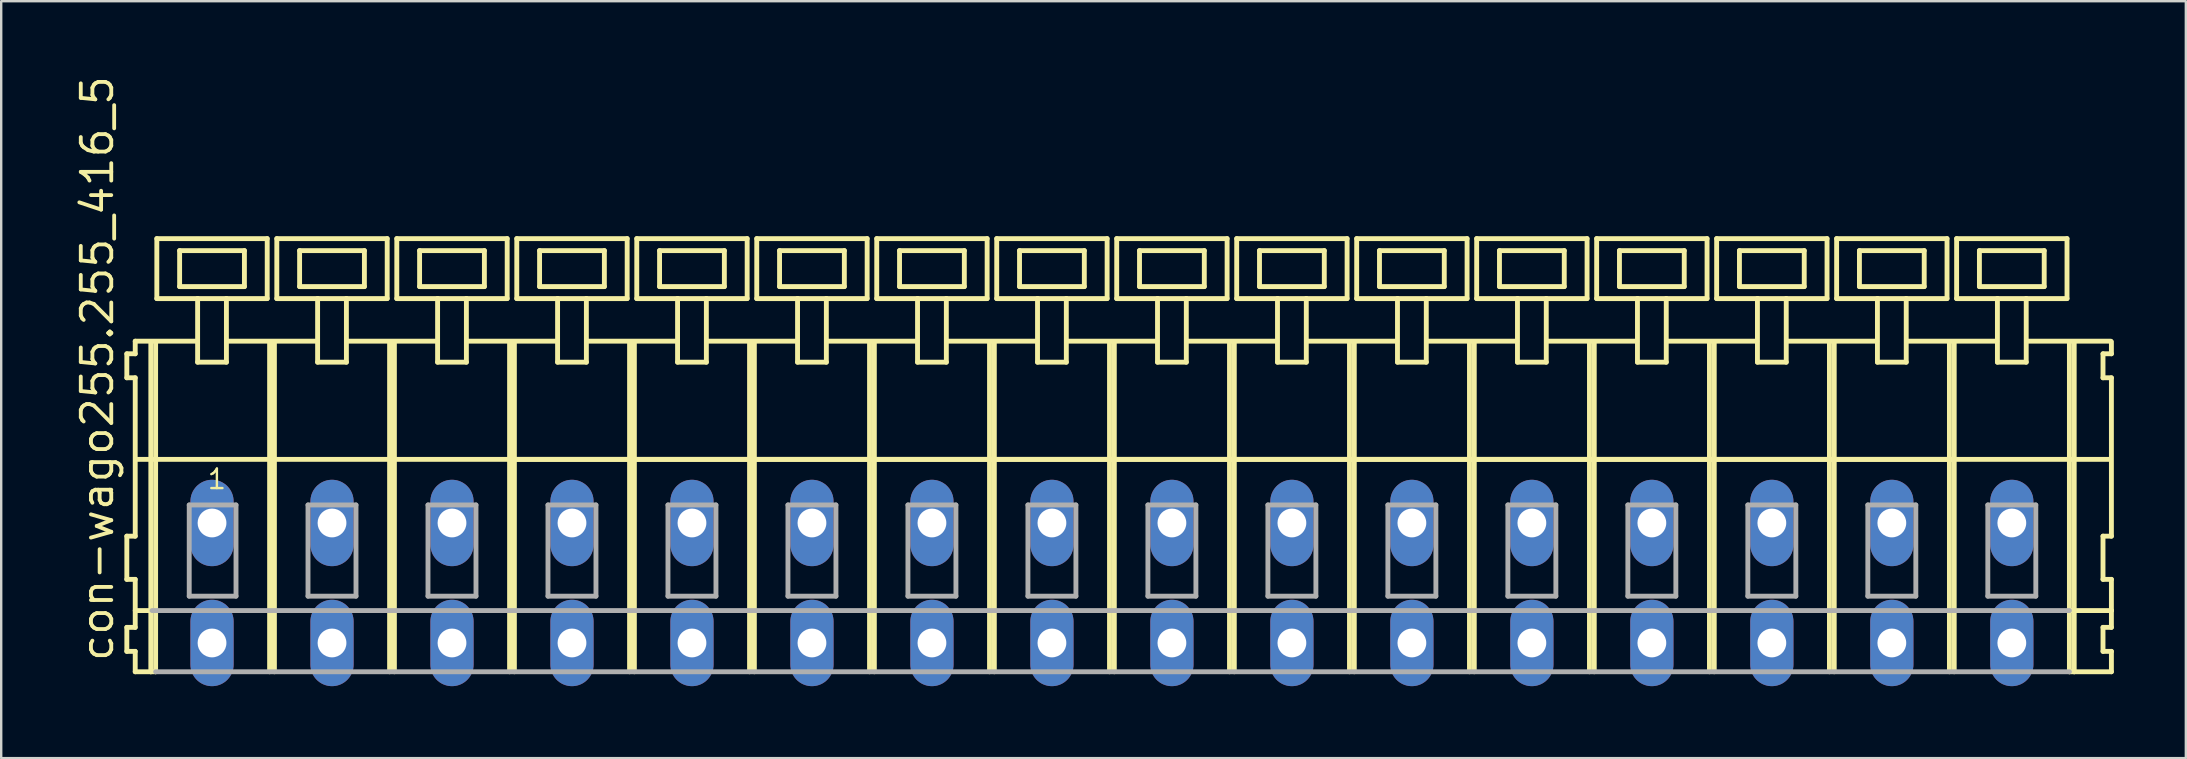
<source format=kicad_pcb>
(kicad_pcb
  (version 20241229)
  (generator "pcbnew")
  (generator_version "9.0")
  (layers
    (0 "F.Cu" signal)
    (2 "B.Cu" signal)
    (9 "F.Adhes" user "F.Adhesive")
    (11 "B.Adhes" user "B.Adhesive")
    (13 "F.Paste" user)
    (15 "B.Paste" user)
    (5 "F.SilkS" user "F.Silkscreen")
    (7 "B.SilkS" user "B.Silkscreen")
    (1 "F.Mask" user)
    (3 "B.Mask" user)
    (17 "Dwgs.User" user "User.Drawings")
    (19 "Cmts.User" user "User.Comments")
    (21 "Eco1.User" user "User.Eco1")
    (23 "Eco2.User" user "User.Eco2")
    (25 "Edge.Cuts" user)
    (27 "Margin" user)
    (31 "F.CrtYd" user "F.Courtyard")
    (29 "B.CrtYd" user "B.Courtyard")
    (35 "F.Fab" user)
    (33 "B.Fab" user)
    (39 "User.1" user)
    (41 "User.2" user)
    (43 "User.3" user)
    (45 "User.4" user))
  (footprint "con-wago255.255_416_5"
    (layer "F.Cu")
    (at 43.285 18.743)
    (property "Reference" "con-wago255.255_416_5" (at -41.535 5.855 90) (layer "F.SilkS") (effects (font (size 1.27 1.27) (thickness 0.16)) (justify left bottom)))
    (attr through_hole)
    (fp_line (start -41.05 -7.05) (end -41.05 -6.05) (stroke (width 0.203) (type default)) (layer "F.SilkS"))
    (fp_line (start -41.05 -6.05) (end -40.7 -6.05) (stroke (width 0.203) (type default)) (layer "F.SilkS"))
    (fp_line (start -41.05 0.55) (end -41.05 2.35) (stroke (width 0.203) (type default)) (layer "F.SilkS"))
    (fp_line (start -41.05 2.35) (end -40.7 2.35) (stroke (width 0.203) (type default)) (layer "F.SilkS"))
    (fp_line (start -41.05 4.35) (end -41.05 5.35) (stroke (width 0.203) (type default)) (layer "F.SilkS"))
    (fp_line (start -41.05 5.35) (end -40.7 5.35) (stroke (width 0.203) (type default)) (layer "F.SilkS"))
    (fp_line (start -40.7 -7.575) (end -40.7 -7.05) (stroke (width 0.203) (type default)) (layer "F.SilkS"))
    (fp_line (start -40.7 -7.575) (end -38.125 -7.575) (stroke (width 0.203) (type default)) (layer "F.SilkS"))
    (fp_line (start -40.7 -7.05) (end -41.05 -7.05) (stroke (width 0.203) (type default)) (layer "F.SilkS"))
    (fp_line (start -40.7 -6.05) (end -40.7 0.55) (stroke (width 0.203) (type default)) (layer "F.SilkS"))
    (fp_line (start -40.7 0.55) (end -41.05 0.55) (stroke (width 0.203) (type default)) (layer "F.SilkS"))
    (fp_line (start -40.7 2.35) (end -40.7 4.35) (stroke (width 0.203) (type default)) (layer "F.SilkS"))
    (fp_line (start -40.7 3.65) (end -40 3.65) (stroke (width 0.203) (type default)) (layer "F.SilkS"))
    (fp_line (start -40.7 4.35) (end -41.05 4.35) (stroke (width 0.203) (type default)) (layer "F.SilkS"))
    (fp_line (start -40.7 5.35) (end -40.7 6.2) (stroke (width 0.203) (type default)) (layer "F.SilkS"))
    (fp_line (start -40.7 6.2) (end -40.05 6.2) (stroke (width 0.203) (type default)) (layer "F.SilkS"))
    (fp_line (start -40.65 -2.65) (end -35.1 -2.65) (stroke (width 0.203) (type default)) (layer "F.SilkS"))
    (fp_line (start -40.05 -7.55) (end -40.05 6.2) (stroke (width 0.203) (type default)) (layer "F.SilkS"))
    (fp_line (start -40.05 6.2) (end -39.85 6.2) (stroke (width 0.203) (type default)) (layer "F.SilkS"))
    (fp_line (start -39.85 -7.55) (end -39.85 6.2) (stroke (width 0.203) (type default)) (layer "F.SilkS"))
    (fp_line (start -39.8 -11.85) (end -39.8 -9.35) (stroke (width 0.203) (type default)) (layer "F.SilkS"))
    (fp_line (start -39.8 -9.35) (end -38.1 -9.35) (stroke (width 0.203) (type default)) (layer "F.SilkS"))
    (fp_line (start -38.85 -11.35) (end -38.85 -9.85) (stroke (width 0.203) (type default)) (layer "F.SilkS"))
    (fp_line (start -38.85 -9.85) (end -36.15 -9.85) (stroke (width 0.203) (type default)) (layer "F.SilkS"))
    (fp_line (start -38.1 -9.35) (end -38.1 -6.7) (stroke (width 0.203) (type default)) (layer "F.SilkS"))
    (fp_line (start -38.1 -9.35) (end -36.9 -9.35) (stroke (width 0.203) (type default)) (layer "F.SilkS"))
    (fp_line (start -38.1 -6.7) (end -36.9 -6.7) (stroke (width 0.203) (type default)) (layer "F.SilkS"))
    (fp_line (start -36.9 -9.35) (end -35.2 -9.35) (stroke (width 0.203) (type default)) (layer "F.SilkS"))
    (fp_line (start -36.9 -6.7) (end -36.9 -9.35) (stroke (width 0.203) (type default)) (layer "F.SilkS"))
    (fp_line (start -36.825 -7.575) (end -33.125 -7.575) (stroke (width 0.203) (type default)) (layer "F.SilkS"))
    (fp_line (start -36.15 -11.35) (end -38.85 -11.35) (stroke (width 0.203) (type default)) (layer "F.SilkS"))
    (fp_line (start -36.15 -9.85) (end -36.15 -11.35) (stroke (width 0.203) (type default)) (layer "F.SilkS"))
    (fp_line (start -35.2 -11.85) (end -39.8 -11.85) (stroke (width 0.203) (type default)) (layer "F.SilkS"))
    (fp_line (start -35.2 -9.35) (end -35.2 -11.85) (stroke (width 0.203) (type default)) (layer "F.SilkS"))
    (fp_line (start -35.1 -7.55) (end -35.1 -2.65) (stroke (width 0.203) (type default)) (layer "F.SilkS"))
    (fp_line (start -35.1 -2.65) (end -35.1 6.2) (stroke (width 0.203) (type default)) (layer "F.SilkS"))
    (fp_line (start -34.9 -7.55) (end -34.9 -2.65) (stroke (width 0.203) (type default)) (layer "F.SilkS"))
    (fp_line (start -34.9 -2.65) (end -34.9 6.2) (stroke (width 0.203) (type default)) (layer "F.SilkS"))
    (fp_line (start -34.9 -2.65) (end -30.1 -2.65) (stroke (width 0.203) (type default)) (layer "F.SilkS"))
    (fp_line (start -34.8 -11.85) (end -34.8 -9.35) (stroke (width 0.203) (type default)) (layer "F.SilkS"))
    (fp_line (start -34.8 -9.35) (end -33.1 -9.35) (stroke (width 0.203) (type default)) (layer "F.SilkS"))
    (fp_line (start -33.85 -11.35) (end -33.85 -9.85) (stroke (width 0.203) (type default)) (layer "F.SilkS"))
    (fp_line (start -33.85 -9.85) (end -31.15 -9.85) (stroke (width 0.203) (type default)) (layer "F.SilkS"))
    (fp_line (start -33.1 -9.35) (end -33.1 -6.7) (stroke (width 0.203) (type default)) (layer "F.SilkS"))
    (fp_line (start -33.1 -9.35) (end -31.9 -9.35) (stroke (width 0.203) (type default)) (layer "F.SilkS"))
    (fp_line (start -33.1 -6.7) (end -31.9 -6.7) (stroke (width 0.203) (type default)) (layer "F.SilkS"))
    (fp_line (start -31.9 -9.35) (end -30.2 -9.35) (stroke (width 0.203) (type default)) (layer "F.SilkS"))
    (fp_line (start -31.9 -6.7) (end -31.9 -9.35) (stroke (width 0.203) (type default)) (layer "F.SilkS"))
    (fp_line (start -31.875 -7.575) (end -28.125 -7.575) (stroke (width 0.203) (type default)) (layer "F.SilkS"))
    (fp_line (start -31.15 -11.35) (end -33.85 -11.35) (stroke (width 0.203) (type default)) (layer "F.SilkS"))
    (fp_line (start -31.15 -9.85) (end -31.15 -11.35) (stroke (width 0.203) (type default)) (layer "F.SilkS"))
    (fp_line (start -30.2 -11.85) (end -34.8 -11.85) (stroke (width 0.203) (type default)) (layer "F.SilkS"))
    (fp_line (start -30.2 -9.35) (end -30.2 -11.85) (stroke (width 0.203) (type default)) (layer "F.SilkS"))
    (fp_line (start -30.1 -7.55) (end -30.1 -2.65) (stroke (width 0.203) (type default)) (layer "F.SilkS"))
    (fp_line (start -30.1 -2.65) (end -30.1 6.2) (stroke (width 0.203) (type default)) (layer "F.SilkS"))
    (fp_line (start -30.1 -2.65) (end -29.9 -2.65) (stroke (width 0.203) (type default)) (layer "F.SilkS"))
    (fp_line (start -29.9 -7.55) (end -29.9 -2.65) (stroke (width 0.203) (type default)) (layer "F.SilkS"))
    (fp_line (start -29.9 -2.65) (end -29.9 6.2) (stroke (width 0.203) (type default)) (layer "F.SilkS"))
    (fp_line (start -29.9 -2.65) (end -25.1 -2.65) (stroke (width 0.203) (type default)) (layer "F.SilkS"))
    (fp_line (start -29.8 -11.85) (end -29.8 -9.35) (stroke (width 0.203) (type default)) (layer "F.SilkS"))
    (fp_line (start -29.8 -9.35) (end -28.1 -9.35) (stroke (width 0.203) (type default)) (layer "F.SilkS"))
    (fp_line (start -28.85 -11.35) (end -28.85 -9.85) (stroke (width 0.203) (type default)) (layer "F.SilkS"))
    (fp_line (start -28.85 -9.85) (end -26.15 -9.85) (stroke (width 0.203) (type default)) (layer "F.SilkS"))
    (fp_line (start -28.1 -9.35) (end -28.1 -6.7) (stroke (width 0.203) (type default)) (layer "F.SilkS"))
    (fp_line (start -28.1 -9.35) (end -26.9 -9.35) (stroke (width 0.203) (type default)) (layer "F.SilkS"))
    (fp_line (start -28.1 -6.7) (end -26.9 -6.7) (stroke (width 0.203) (type default)) (layer "F.SilkS"))
    (fp_line (start -26.9 -9.35) (end -25.2 -9.35) (stroke (width 0.203) (type default)) (layer "F.SilkS"))
    (fp_line (start -26.9 -6.7) (end -26.9 -9.35) (stroke (width 0.203) (type default)) (layer "F.SilkS"))
    (fp_line (start -26.875 -7.575) (end -23.125 -7.575) (stroke (width 0.203) (type default)) (layer "F.SilkS"))
    (fp_line (start -26.15 -11.35) (end -28.85 -11.35) (stroke (width 0.203) (type default)) (layer "F.SilkS"))
    (fp_line (start -26.15 -9.85) (end -26.15 -11.35) (stroke (width 0.203) (type default)) (layer "F.SilkS"))
    (fp_line (start -25.2 -11.85) (end -29.8 -11.85) (stroke (width 0.203) (type default)) (layer "F.SilkS"))
    (fp_line (start -25.2 -9.35) (end -25.2 -11.85) (stroke (width 0.203) (type default)) (layer "F.SilkS"))
    (fp_line (start -25.1 -7.55) (end -25.1 -2.65) (stroke (width 0.203) (type default)) (layer "F.SilkS"))
    (fp_line (start -25.1 -2.65) (end -25.1 6.2) (stroke (width 0.203) (type default)) (layer "F.SilkS"))
    (fp_line (start -25.1 -2.65) (end -24.9 -2.65) (stroke (width 0.203) (type default)) (layer "F.SilkS"))
    (fp_line (start -25.1 -2.65) (end 39.9 -2.65) (stroke (width 0.203) (type default)) (layer "F.SilkS"))
    (fp_line (start -24.9 -7.55) (end -24.9 -2.65) (stroke (width 0.203) (type default)) (layer "F.SilkS"))
    (fp_line (start -24.9 -2.65) (end -24.9 6.2) (stroke (width 0.203) (type default)) (layer "F.SilkS"))
    (fp_line (start -24.9 -2.65) (end -20.1 -2.65) (stroke (width 0.203) (type default)) (layer "F.SilkS"))
    (fp_line (start -24.8 -11.85) (end -24.8 -9.35) (stroke (width 0.203) (type default)) (layer "F.SilkS"))
    (fp_line (start -24.8 -9.35) (end -23.1 -9.35) (stroke (width 0.203) (type default)) (layer "F.SilkS"))
    (fp_line (start -23.85 -11.35) (end -23.85 -9.85) (stroke (width 0.203) (type default)) (layer "F.SilkS"))
    (fp_line (start -23.85 -9.85) (end -21.15 -9.85) (stroke (width 0.203) (type default)) (layer "F.SilkS"))
    (fp_line (start -23.1 -9.35) (end -23.1 -6.7) (stroke (width 0.203) (type default)) (layer "F.SilkS"))
    (fp_line (start -23.1 -9.35) (end -21.9 -9.35) (stroke (width 0.203) (type default)) (layer "F.SilkS"))
    (fp_line (start -23.1 -6.7) (end -21.9 -6.7) (stroke (width 0.203) (type default)) (layer "F.SilkS"))
    (fp_line (start -21.9 -9.35) (end -20.2 -9.35) (stroke (width 0.203) (type default)) (layer "F.SilkS"))
    (fp_line (start -21.9 -6.7) (end -21.9 -9.35) (stroke (width 0.203) (type default)) (layer "F.SilkS"))
    (fp_line (start -21.875 -7.575) (end -18.125 -7.575) (stroke (width 0.203) (type default)) (layer "F.SilkS"))
    (fp_line (start -21.15 -11.35) (end -23.85 -11.35) (stroke (width 0.203) (type default)) (layer "F.SilkS"))
    (fp_line (start -21.15 -9.85) (end -21.15 -11.35) (stroke (width 0.203) (type default)) (layer "F.SilkS"))
    (fp_line (start -20.2 -11.85) (end -24.8 -11.85) (stroke (width 0.203) (type default)) (layer "F.SilkS"))
    (fp_line (start -20.2 -9.35) (end -20.2 -11.85) (stroke (width 0.203) (type default)) (layer "F.SilkS"))
    (fp_line (start -20.1 -7.55) (end -20.1 -2.65) (stroke (width 0.203) (type default)) (layer "F.SilkS"))
    (fp_line (start -20.1 -2.65) (end -20.1 6.2) (stroke (width 0.203) (type default)) (layer "F.SilkS"))
    (fp_line (start -20.1 -2.65) (end -19.9 -2.65) (stroke (width 0.203) (type default)) (layer "F.SilkS"))
    (fp_line (start -19.9 -7.55) (end -19.9 -2.65) (stroke (width 0.203) (type default)) (layer "F.SilkS"))
    (fp_line (start -19.9 -2.65) (end -19.9 6.2) (stroke (width 0.203) (type default)) (layer "F.SilkS"))
    (fp_line (start -19.9 -2.65) (end -15.1 -2.65) (stroke (width 0.203) (type default)) (layer "F.SilkS"))
    (fp_line (start -19.8 -11.85) (end -19.8 -9.35) (stroke (width 0.203) (type default)) (layer "F.SilkS"))
    (fp_line (start -19.8 -9.35) (end -18.1 -9.35) (stroke (width 0.203) (type default)) (layer "F.SilkS"))
    (fp_line (start -18.85 -11.35) (end -18.85 -9.85) (stroke (width 0.203) (type default)) (layer "F.SilkS"))
    (fp_line (start -18.85 -9.85) (end -16.15 -9.85) (stroke (width 0.203) (type default)) (layer "F.SilkS"))
    (fp_line (start -18.1 -9.35) (end -18.1 -6.7) (stroke (width 0.203) (type default)) (layer "F.SilkS"))
    (fp_line (start -18.1 -9.35) (end -16.9 -9.35) (stroke (width 0.203) (type default)) (layer "F.SilkS"))
    (fp_line (start -18.1 -6.7) (end -16.9 -6.7) (stroke (width 0.203) (type default)) (layer "F.SilkS"))
    (fp_line (start -16.9 -9.35) (end -15.2 -9.35) (stroke (width 0.203) (type default)) (layer "F.SilkS"))
    (fp_line (start -16.9 -6.7) (end -16.9 -9.35) (stroke (width 0.203) (type default)) (layer "F.SilkS"))
    (fp_line (start -16.875 -7.575) (end -13.125 -7.575) (stroke (width 0.203) (type default)) (layer "F.SilkS"))
    (fp_line (start -16.15 -11.35) (end -18.85 -11.35) (stroke (width 0.203) (type default)) (layer "F.SilkS"))
    (fp_line (start -16.15 -9.85) (end -16.15 -11.35) (stroke (width 0.203) (type default)) (layer "F.SilkS"))
    (fp_line (start -15.2 -11.85) (end -19.8 -11.85) (stroke (width 0.203) (type default)) (layer "F.SilkS"))
    (fp_line (start -15.2 -9.35) (end -15.2 -11.85) (stroke (width 0.203) (type default)) (layer "F.SilkS"))
    (fp_line (start -15.1 -7.55) (end -15.1 -2.65) (stroke (width 0.203) (type default)) (layer "F.SilkS"))
    (fp_line (start -15.1 -2.65) (end -15.1 6.2) (stroke (width 0.203) (type default)) (layer "F.SilkS"))
    (fp_line (start -15.1 -2.65) (end -14.9 -2.65) (stroke (width 0.203) (type default)) (layer "F.SilkS"))
    (fp_line (start -14.9 -7.55) (end -14.9 -2.65) (stroke (width 0.203) (type default)) (layer "F.SilkS"))
    (fp_line (start -14.9 -2.65) (end -14.9 6.2) (stroke (width 0.203) (type default)) (layer "F.SilkS"))
    (fp_line (start -14.9 -2.65) (end -10.1 -2.65) (stroke (width 0.203) (type default)) (layer "F.SilkS"))
    (fp_line (start -14.8 -11.85) (end -14.8 -9.35) (stroke (width 0.203) (type default)) (layer "F.SilkS"))
    (fp_line (start -14.8 -9.35) (end -13.1 -9.35) (stroke (width 0.203) (type default)) (layer "F.SilkS"))
    (fp_line (start -13.85 -11.35) (end -13.85 -9.85) (stroke (width 0.203) (type default)) (layer "F.SilkS"))
    (fp_line (start -13.85 -9.85) (end -11.15 -9.85) (stroke (width 0.203) (type default)) (layer "F.SilkS"))
    (fp_line (start -13.1 -9.35) (end -13.1 -6.7) (stroke (width 0.203) (type default)) (layer "F.SilkS"))
    (fp_line (start -13.1 -9.35) (end -11.9 -9.35) (stroke (width 0.203) (type default)) (layer "F.SilkS"))
    (fp_line (start -13.1 -6.7) (end -11.9 -6.7) (stroke (width 0.203) (type default)) (layer "F.SilkS"))
    (fp_line (start -11.9 -9.35) (end -10.2 -9.35) (stroke (width 0.203) (type default)) (layer "F.SilkS"))
    (fp_line (start -11.9 -6.7) (end -11.9 -9.35) (stroke (width 0.203) (type default)) (layer "F.SilkS"))
    (fp_line (start -11.875 -7.575) (end -8.125 -7.575) (stroke (width 0.203) (type default)) (layer "F.SilkS"))
    (fp_line (start -11.15 -11.35) (end -13.85 -11.35) (stroke (width 0.203) (type default)) (layer "F.SilkS"))
    (fp_line (start -11.15 -9.85) (end -11.15 -11.35) (stroke (width 0.203) (type default)) (layer "F.SilkS"))
    (fp_line (start -10.2 -11.85) (end -14.8 -11.85) (stroke (width 0.203) (type default)) (layer "F.SilkS"))
    (fp_line (start -10.2 -9.35) (end -10.2 -11.85) (stroke (width 0.203) (type default)) (layer "F.SilkS"))
    (fp_line (start -10.1 -7.55) (end -10.1 -2.65) (stroke (width 0.203) (type default)) (layer "F.SilkS"))
    (fp_line (start -10.1 -2.65) (end -10.1 6.2) (stroke (width 0.203) (type default)) (layer "F.SilkS"))
    (fp_line (start -10.1 -2.65) (end -9.9 -2.65) (stroke (width 0.203) (type default)) (layer "F.SilkS"))
    (fp_line (start -9.9 -7.55) (end -9.9 -2.65) (stroke (width 0.203) (type default)) (layer "F.SilkS"))
    (fp_line (start -9.9 -2.65) (end -9.9 6.2) (stroke (width 0.203) (type default)) (layer "F.SilkS"))
    (fp_line (start -9.9 -2.65) (end -5.1 -2.65) (stroke (width 0.203) (type default)) (layer "F.SilkS"))
    (fp_line (start -9.8 -11.85) (end -9.8 -9.35) (stroke (width 0.203) (type default)) (layer "F.SilkS"))
    (fp_line (start -9.8 -9.35) (end -8.1 -9.35) (stroke (width 0.203) (type default)) (layer "F.SilkS"))
    (fp_line (start -8.85 -11.35) (end -8.85 -9.85) (stroke (width 0.203) (type default)) (layer "F.SilkS"))
    (fp_line (start -8.85 -9.85) (end -6.15 -9.85) (stroke (width 0.203) (type default)) (layer "F.SilkS"))
    (fp_line (start -8.1 -9.35) (end -8.1 -6.7) (stroke (width 0.203) (type default)) (layer "F.SilkS"))
    (fp_line (start -8.1 -9.35) (end -6.9 -9.35) (stroke (width 0.203) (type default)) (layer "F.SilkS"))
    (fp_line (start -8.1 -6.7) (end -6.9 -6.7) (stroke (width 0.203) (type default)) (layer "F.SilkS"))
    (fp_line (start -6.9 -9.35) (end -5.2 -9.35) (stroke (width 0.203) (type default)) (layer "F.SilkS"))
    (fp_line (start -6.9 -6.7) (end -6.9 -9.35) (stroke (width 0.203) (type default)) (layer "F.SilkS"))
    (fp_line (start -6.875 -7.575) (end -3.125 -7.575) (stroke (width 0.203) (type default)) (layer "F.SilkS"))
    (fp_line (start -6.15 -11.35) (end -8.85 -11.35) (stroke (width 0.203) (type default)) (layer "F.SilkS"))
    (fp_line (start -6.15 -9.85) (end -6.15 -11.35) (stroke (width 0.203) (type default)) (layer "F.SilkS"))
    (fp_line (start -5.2 -11.85) (end -9.8 -11.85) (stroke (width 0.203) (type default)) (layer "F.SilkS"))
    (fp_line (start -5.2 -9.35) (end -5.2 -11.85) (stroke (width 0.203) (type default)) (layer "F.SilkS"))
    (fp_line (start -5.1 -7.55) (end -5.1 -2.65) (stroke (width 0.203) (type default)) (layer "F.SilkS"))
    (fp_line (start -5.1 -2.65) (end -5.1 6.2) (stroke (width 0.203) (type default)) (layer "F.SilkS"))
    (fp_line (start -5.1 -2.65) (end -4.9 -2.65) (stroke (width 0.203) (type default)) (layer "F.SilkS"))
    (fp_line (start -4.9 -7.55) (end -4.9 -2.65) (stroke (width 0.203) (type default)) (layer "F.SilkS"))
    (fp_line (start -4.9 -2.65) (end -4.9 6.2) (stroke (width 0.203) (type default)) (layer "F.SilkS"))
    (fp_line (start -4.9 -2.65) (end -0.1 -2.65) (stroke (width 0.203) (type default)) (layer "F.SilkS"))
    (fp_line (start -4.8 -11.85) (end -4.8 -9.35) (stroke (width 0.203) (type default)) (layer "F.SilkS"))
    (fp_line (start -4.8 -9.35) (end -3.1 -9.35) (stroke (width 0.203) (type default)) (layer "F.SilkS"))
    (fp_line (start -3.85 -11.35) (end -3.85 -9.85) (stroke (width 0.203) (type default)) (layer "F.SilkS"))
    (fp_line (start -3.85 -9.85) (end -1.15 -9.85) (stroke (width 0.203) (type default)) (layer "F.SilkS"))
    (fp_line (start -3.1 -9.35) (end -3.1 -6.7) (stroke (width 0.203) (type default)) (layer "F.SilkS"))
    (fp_line (start -3.1 -9.35) (end -1.9 -9.35) (stroke (width 0.203) (type default)) (layer "F.SilkS"))
    (fp_line (start -3.1 -6.7) (end -1.9 -6.7) (stroke (width 0.203) (type default)) (layer "F.SilkS"))
    (fp_line (start -1.9 -9.35) (end -0.2 -9.35) (stroke (width 0.203) (type default)) (layer "F.SilkS"))
    (fp_line (start -1.9 -6.7) (end -1.9 -9.35) (stroke (width 0.203) (type default)) (layer "F.SilkS"))
    (fp_line (start -1.875 -7.575) (end 1.875 -7.575) (stroke (width 0.203) (type default)) (layer "F.SilkS"))
    (fp_line (start -1.15 -11.35) (end -3.85 -11.35) (stroke (width 0.203) (type default)) (layer "F.SilkS"))
    (fp_line (start -1.15 -9.85) (end -1.15 -11.35) (stroke (width 0.203) (type default)) (layer "F.SilkS"))
    (fp_line (start -0.2 -11.85) (end -4.8 -11.85) (stroke (width 0.203) (type default)) (layer "F.SilkS"))
    (fp_line (start -0.2 -9.35) (end -0.2 -11.85) (stroke (width 0.203) (type default)) (layer "F.SilkS"))
    (fp_line (start -0.1 -7.55) (end -0.1 -2.65) (stroke (width 0.203) (type default)) (layer "F.SilkS"))
    (fp_line (start -0.1 -2.65) (end -0.1 6.2) (stroke (width 0.203) (type default)) (layer "F.SilkS"))
    (fp_line (start -0.1 -2.65) (end 0.1 -2.65) (stroke (width 0.203) (type default)) (layer "F.SilkS"))
    (fp_line (start 0.1 -7.55) (end 0.1 -2.65) (stroke (width 0.203) (type default)) (layer "F.SilkS"))
    (fp_line (start 0.1 -2.65) (end 0.1 6.2) (stroke (width 0.203) (type default)) (layer "F.SilkS"))
    (fp_line (start 0.1 -2.65) (end 4.9 -2.65) (stroke (width 0.203) (type default)) (layer "F.SilkS"))
    (fp_line (start 0.2 -11.85) (end 0.2 -9.35) (stroke (width 0.203) (type default)) (layer "F.SilkS"))
    (fp_line (start 0.2 -9.35) (end 1.9 -9.35) (stroke (width 0.203) (type default)) (layer "F.SilkS"))
    (fp_line (start 1.15 -11.35) (end 1.15 -9.85) (stroke (width 0.203) (type default)) (layer "F.SilkS"))
    (fp_line (start 1.15 -9.85) (end 3.85 -9.85) (stroke (width 0.203) (type default)) (layer "F.SilkS"))
    (fp_line (start 1.9 -9.35) (end 1.9 -6.7) (stroke (width 0.203) (type default)) (layer "F.SilkS"))
    (fp_line (start 1.9 -9.35) (end 3.1 -9.35) (stroke (width 0.203) (type default)) (layer "F.SilkS"))
    (fp_line (start 1.9 -6.7) (end 3.1 -6.7) (stroke (width 0.203) (type default)) (layer "F.SilkS"))
    (fp_line (start 3.1 -9.35) (end 4.8 -9.35) (stroke (width 0.203) (type default)) (layer "F.SilkS"))
    (fp_line (start 3.1 -6.7) (end 3.1 -9.35) (stroke (width 0.203) (type default)) (layer "F.SilkS"))
    (fp_line (start 3.125 -7.575) (end 6.875 -7.575) (stroke (width 0.203) (type default)) (layer "F.SilkS"))
    (fp_line (start 3.85 -11.35) (end 1.15 -11.35) (stroke (width 0.203) (type default)) (layer "F.SilkS"))
    (fp_line (start 3.85 -9.85) (end 3.85 -11.35) (stroke (width 0.203) (type default)) (layer "F.SilkS"))
    (fp_line (start 4.8 -11.85) (end 0.2 -11.85) (stroke (width 0.203) (type default)) (layer "F.SilkS"))
    (fp_line (start 4.8 -9.35) (end 4.8 -11.85) (stroke (width 0.203) (type default)) (layer "F.SilkS"))
    (fp_line (start 4.9 -7.55) (end 4.9 -2.65) (stroke (width 0.203) (type default)) (layer "F.SilkS"))
    (fp_line (start 4.9 -2.65) (end 4.9 6.2) (stroke (width 0.203) (type default)) (layer "F.SilkS"))
    (fp_line (start 4.9 -2.65) (end 5.1 -2.65) (stroke (width 0.203) (type default)) (layer "F.SilkS"))
    (fp_line (start 5.1 -7.55) (end 5.1 -2.65) (stroke (width 0.203) (type default)) (layer "F.SilkS"))
    (fp_line (start 5.1 -2.65) (end 5.1 6.2) (stroke (width 0.203) (type default)) (layer "F.SilkS"))
    (fp_line (start 5.1 -2.65) (end 9.9 -2.65) (stroke (width 0.203) (type default)) (layer "F.SilkS"))
    (fp_line (start 5.2 -11.85) (end 5.2 -9.35) (stroke (width 0.203) (type default)) (layer "F.SilkS"))
    (fp_line (start 5.2 -9.35) (end 6.9 -9.35) (stroke (width 0.203) (type default)) (layer "F.SilkS"))
    (fp_line (start 6.15 -11.35) (end 6.15 -9.85) (stroke (width 0.203) (type default)) (layer "F.SilkS"))
    (fp_line (start 6.15 -9.85) (end 8.85 -9.85) (stroke (width 0.203) (type default)) (layer "F.SilkS"))
    (fp_line (start 6.9 -9.35) (end 6.9 -6.7) (stroke (width 0.203) (type default)) (layer "F.SilkS"))
    (fp_line (start 6.9 -9.35) (end 8.1 -9.35) (stroke (width 0.203) (type default)) (layer "F.SilkS"))
    (fp_line (start 6.9 -6.7) (end 8.1 -6.7) (stroke (width 0.203) (type default)) (layer "F.SilkS"))
    (fp_line (start 8.1 -9.35) (end 9.8 -9.35) (stroke (width 0.203) (type default)) (layer "F.SilkS"))
    (fp_line (start 8.1 -6.7) (end 8.1 -9.35) (stroke (width 0.203) (type default)) (layer "F.SilkS"))
    (fp_line (start 8.125 -7.575) (end 11.875 -7.575) (stroke (width 0.203) (type default)) (layer "F.SilkS"))
    (fp_line (start 8.85 -11.35) (end 6.15 -11.35) (stroke (width 0.203) (type default)) (layer "F.SilkS"))
    (fp_line (start 8.85 -9.85) (end 8.85 -11.35) (stroke (width 0.203) (type default)) (layer "F.SilkS"))
    (fp_line (start 9.8 -11.85) (end 5.2 -11.85) (stroke (width 0.203) (type default)) (layer "F.SilkS"))
    (fp_line (start 9.8 -9.35) (end 9.8 -11.85) (stroke (width 0.203) (type default)) (layer "F.SilkS"))
    (fp_line (start 9.9 -7.55) (end 9.9 -2.65) (stroke (width 0.203) (type default)) (layer "F.SilkS"))
    (fp_line (start 9.9 -2.65) (end 9.9 6.2) (stroke (width 0.203) (type default)) (layer "F.SilkS"))
    (fp_line (start 9.9 -2.65) (end 10.1 -2.65) (stroke (width 0.203) (type default)) (layer "F.SilkS"))
    (fp_line (start 10.1 -7.55) (end 10.1 -2.65) (stroke (width 0.203) (type default)) (layer "F.SilkS"))
    (fp_line (start 10.1 -2.65) (end 10.1 6.2) (stroke (width 0.203) (type default)) (layer "F.SilkS"))
    (fp_line (start 10.1 -2.65) (end 14.9 -2.65) (stroke (width 0.203) (type default)) (layer "F.SilkS"))
    (fp_line (start 10.2 -11.85) (end 10.2 -9.35) (stroke (width 0.203) (type default)) (layer "F.SilkS"))
    (fp_line (start 10.2 -9.35) (end 11.9 -9.35) (stroke (width 0.203) (type default)) (layer "F.SilkS"))
    (fp_line (start 11.15 -11.35) (end 11.15 -9.85) (stroke (width 0.203) (type default)) (layer "F.SilkS"))
    (fp_line (start 11.15 -9.85) (end 13.85 -9.85) (stroke (width 0.203) (type default)) (layer "F.SilkS"))
    (fp_line (start 11.9 -9.35) (end 11.9 -6.7) (stroke (width 0.203) (type default)) (layer "F.SilkS"))
    (fp_line (start 11.9 -9.35) (end 13.1 -9.35) (stroke (width 0.203) (type default)) (layer "F.SilkS"))
    (fp_line (start 11.9 -6.7) (end 13.1 -6.7) (stroke (width 0.203) (type default)) (layer "F.SilkS"))
    (fp_line (start 13.1 -9.35) (end 14.8 -9.35) (stroke (width 0.203) (type default)) (layer "F.SilkS"))
    (fp_line (start 13.1 -6.7) (end 13.1 -9.35) (stroke (width 0.203) (type default)) (layer "F.SilkS"))
    (fp_line (start 13.125 -7.575) (end 16.875 -7.575) (stroke (width 0.203) (type default)) (layer "F.SilkS"))
    (fp_line (start 13.85 -11.35) (end 11.15 -11.35) (stroke (width 0.203) (type default)) (layer "F.SilkS"))
    (fp_line (start 13.85 -9.85) (end 13.85 -11.35) (stroke (width 0.203) (type default)) (layer "F.SilkS"))
    (fp_line (start 14.8 -11.85) (end 10.2 -11.85) (stroke (width 0.203) (type default)) (layer "F.SilkS"))
    (fp_line (start 14.8 -9.35) (end 14.8 -11.85) (stroke (width 0.203) (type default)) (layer "F.SilkS"))
    (fp_line (start 14.9 -7.55) (end 14.9 -2.65) (stroke (width 0.203) (type default)) (layer "F.SilkS"))
    (fp_line (start 14.9 -2.65) (end 14.9 6.2) (stroke (width 0.203) (type default)) (layer "F.SilkS"))
    (fp_line (start 14.9 -2.65) (end 15.1 -2.65) (stroke (width 0.203) (type default)) (layer "F.SilkS"))
    (fp_line (start 15.1 -7.55) (end 15.1 -2.65) (stroke (width 0.203) (type default)) (layer "F.SilkS"))
    (fp_line (start 15.1 -2.65) (end 15.1 6.2) (stroke (width 0.203) (type default)) (layer "F.SilkS"))
    (fp_line (start 15.1 -2.65) (end 19.9 -2.65) (stroke (width 0.203) (type default)) (layer "F.SilkS"))
    (fp_line (start 15.2 -11.85) (end 15.2 -9.35) (stroke (width 0.203) (type default)) (layer "F.SilkS"))
    (fp_line (start 15.2 -9.35) (end 16.9 -9.35) (stroke (width 0.203) (type default)) (layer "F.SilkS"))
    (fp_line (start 16.15 -11.35) (end 16.15 -9.85) (stroke (width 0.203) (type default)) (layer "F.SilkS"))
    (fp_line (start 16.15 -9.85) (end 18.85 -9.85) (stroke (width 0.203) (type default)) (layer "F.SilkS"))
    (fp_line (start 16.9 -9.35) (end 16.9 -6.7) (stroke (width 0.203) (type default)) (layer "F.SilkS"))
    (fp_line (start 16.9 -9.35) (end 18.1 -9.35) (stroke (width 0.203) (type default)) (layer "F.SilkS"))
    (fp_line (start 16.9 -6.7) (end 18.1 -6.7) (stroke (width 0.203) (type default)) (layer "F.SilkS"))
    (fp_line (start 18.1 -9.35) (end 19.8 -9.35) (stroke (width 0.203) (type default)) (layer "F.SilkS"))
    (fp_line (start 18.1 -6.7) (end 18.1 -9.35) (stroke (width 0.203) (type default)) (layer "F.SilkS"))
    (fp_line (start 18.125 -7.575) (end 21.875 -7.575) (stroke (width 0.203) (type default)) (layer "F.SilkS"))
    (fp_line (start 18.85 -11.35) (end 16.15 -11.35) (stroke (width 0.203) (type default)) (layer "F.SilkS"))
    (fp_line (start 18.85 -9.85) (end 18.85 -11.35) (stroke (width 0.203) (type default)) (layer "F.SilkS"))
    (fp_line (start 19.8 -11.85) (end 15.2 -11.85) (stroke (width 0.203) (type default)) (layer "F.SilkS"))
    (fp_line (start 19.8 -9.35) (end 19.8 -11.85) (stroke (width 0.203) (type default)) (layer "F.SilkS"))
    (fp_line (start 19.9 -7.55) (end 19.9 -2.65) (stroke (width 0.203) (type default)) (layer "F.SilkS"))
    (fp_line (start 19.9 -2.65) (end 19.9 6.2) (stroke (width 0.203) (type default)) (layer "F.SilkS"))
    (fp_line (start 19.9 -2.65) (end 20.1 -2.65) (stroke (width 0.203) (type default)) (layer "F.SilkS"))
    (fp_line (start 20.1 -7.55) (end 20.1 -2.65) (stroke (width 0.203) (type default)) (layer "F.SilkS"))
    (fp_line (start 20.1 -2.65) (end 20.1 6.2) (stroke (width 0.203) (type default)) (layer "F.SilkS"))
    (fp_line (start 20.1 -2.65) (end 24.9 -2.65) (stroke (width 0.203) (type default)) (layer "F.SilkS"))
    (fp_line (start 20.2 -11.85) (end 20.2 -9.35) (stroke (width 0.203) (type default)) (layer "F.SilkS"))
    (fp_line (start 20.2 -9.35) (end 21.9 -9.35) (stroke (width 0.203) (type default)) (layer "F.SilkS"))
    (fp_line (start 21.15 -11.35) (end 21.15 -9.85) (stroke (width 0.203) (type default)) (layer "F.SilkS"))
    (fp_line (start 21.15 -9.85) (end 23.85 -9.85) (stroke (width 0.203) (type default)) (layer "F.SilkS"))
    (fp_line (start 21.9 -9.35) (end 21.9 -6.7) (stroke (width 0.203) (type default)) (layer "F.SilkS"))
    (fp_line (start 21.9 -9.35) (end 23.1 -9.35) (stroke (width 0.203) (type default)) (layer "F.SilkS"))
    (fp_line (start 21.9 -6.7) (end 23.1 -6.7) (stroke (width 0.203) (type default)) (layer "F.SilkS"))
    (fp_line (start 23.1 -9.35) (end 24.8 -9.35) (stroke (width 0.203) (type default)) (layer "F.SilkS"))
    (fp_line (start 23.1 -6.7) (end 23.1 -9.35) (stroke (width 0.203) (type default)) (layer "F.SilkS"))
    (fp_line (start 23.125 -7.575) (end 26.875 -7.575) (stroke (width 0.203) (type default)) (layer "F.SilkS"))
    (fp_line (start 23.85 -11.35) (end 21.15 -11.35) (stroke (width 0.203) (type default)) (layer "F.SilkS"))
    (fp_line (start 23.85 -9.85) (end 23.85 -11.35) (stroke (width 0.203) (type default)) (layer "F.SilkS"))
    (fp_line (start 24.8 -11.85) (end 20.2 -11.85) (stroke (width 0.203) (type default)) (layer "F.SilkS"))
    (fp_line (start 24.8 -9.35) (end 24.8 -11.85) (stroke (width 0.203) (type default)) (layer "F.SilkS"))
    (fp_line (start 24.9 -7.55) (end 24.9 -2.65) (stroke (width 0.203) (type default)) (layer "F.SilkS"))
    (fp_line (start 24.9 -2.65) (end 24.9 6.2) (stroke (width 0.203) (type default)) (layer "F.SilkS"))
    (fp_line (start 24.9 -2.65) (end 25.1 -2.65) (stroke (width 0.203) (type default)) (layer "F.SilkS"))
    (fp_line (start 25.1 -7.55) (end 25.1 -2.65) (stroke (width 0.203) (type default)) (layer "F.SilkS"))
    (fp_line (start 25.1 -2.65) (end 25.1 6.2) (stroke (width 0.203) (type default)) (layer "F.SilkS"))
    (fp_line (start 25.1 -2.65) (end 29.9 -2.65) (stroke (width 0.203) (type default)) (layer "F.SilkS"))
    (fp_line (start 25.2 -11.85) (end 25.2 -9.35) (stroke (width 0.203) (type default)) (layer "F.SilkS"))
    (fp_line (start 25.2 -9.35) (end 26.9 -9.35) (stroke (width 0.203) (type default)) (layer "F.SilkS"))
    (fp_line (start 26.15 -11.35) (end 26.15 -9.85) (stroke (width 0.203) (type default)) (layer "F.SilkS"))
    (fp_line (start 26.15 -9.85) (end 28.85 -9.85) (stroke (width 0.203) (type default)) (layer "F.SilkS"))
    (fp_line (start 26.9 -9.35) (end 26.9 -6.7) (stroke (width 0.203) (type default)) (layer "F.SilkS"))
    (fp_line (start 26.9 -9.35) (end 28.1 -9.35) (stroke (width 0.203) (type default)) (layer "F.SilkS"))
    (fp_line (start 26.9 -6.7) (end 28.1 -6.7) (stroke (width 0.203) (type default)) (layer "F.SilkS"))
    (fp_line (start 28.1 -9.35) (end 29.8 -9.35) (stroke (width 0.203) (type default)) (layer "F.SilkS"))
    (fp_line (start 28.1 -6.7) (end 28.1 -9.35) (stroke (width 0.203) (type default)) (layer "F.SilkS"))
    (fp_line (start 28.125 -7.575) (end 31.875 -7.575) (stroke (width 0.203) (type default)) (layer "F.SilkS"))
    (fp_line (start 28.85 -11.35) (end 26.15 -11.35) (stroke (width 0.203) (type default)) (layer "F.SilkS"))
    (fp_line (start 28.85 -9.85) (end 28.85 -11.35) (stroke (width 0.203) (type default)) (layer "F.SilkS"))
    (fp_line (start 29.8 -11.85) (end 25.2 -11.85) (stroke (width 0.203) (type default)) (layer "F.SilkS"))
    (fp_line (start 29.8 -9.35) (end 29.8 -11.85) (stroke (width 0.203) (type default)) (layer "F.SilkS"))
    (fp_line (start 29.9 -7.55) (end 29.9 -2.65) (stroke (width 0.203) (type default)) (layer "F.SilkS"))
    (fp_line (start 29.9 -2.65) (end 29.9 6.2) (stroke (width 0.203) (type default)) (layer "F.SilkS"))
    (fp_line (start 29.9 -2.65) (end 30.1 -2.65) (stroke (width 0.203) (type default)) (layer "F.SilkS"))
    (fp_line (start 30.1 -7.55) (end 30.1 -2.65) (stroke (width 0.203) (type default)) (layer "F.SilkS"))
    (fp_line (start 30.1 -2.65) (end 30.1 6.2) (stroke (width 0.203) (type default)) (layer "F.SilkS"))
    (fp_line (start 30.1 -2.65) (end 34.9 -2.65) (stroke (width 0.203) (type default)) (layer "F.SilkS"))
    (fp_line (start 30.2 -11.85) (end 30.2 -9.35) (stroke (width 0.203) (type default)) (layer "F.SilkS"))
    (fp_line (start 30.2 -9.35) (end 31.9 -9.35) (stroke (width 0.203) (type default)) (layer "F.SilkS"))
    (fp_line (start 31.15 -11.35) (end 31.15 -9.85) (stroke (width 0.203) (type default)) (layer "F.SilkS"))
    (fp_line (start 31.15 -9.85) (end 33.85 -9.85) (stroke (width 0.203) (type default)) (layer "F.SilkS"))
    (fp_line (start 31.9 -9.35) (end 31.9 -6.7) (stroke (width 0.203) (type default)) (layer "F.SilkS"))
    (fp_line (start 31.9 -9.35) (end 33.1 -9.35) (stroke (width 0.203) (type default)) (layer "F.SilkS"))
    (fp_line (start 31.9 -6.7) (end 33.1 -6.7) (stroke (width 0.203) (type default)) (layer "F.SilkS"))
    (fp_line (start 33.1 -9.35) (end 34.8 -9.35) (stroke (width 0.203) (type default)) (layer "F.SilkS"))
    (fp_line (start 33.1 -6.7) (end 33.1 -9.35) (stroke (width 0.203) (type default)) (layer "F.SilkS"))
    (fp_line (start 33.125 -7.575) (end 36.875 -7.575) (stroke (width 0.203) (type default)) (layer "F.SilkS"))
    (fp_line (start 33.85 -11.35) (end 31.15 -11.35) (stroke (width 0.203) (type default)) (layer "F.SilkS"))
    (fp_line (start 33.85 -9.85) (end 33.85 -11.35) (stroke (width 0.203) (type default)) (layer "F.SilkS"))
    (fp_line (start 34.8 -11.85) (end 30.2 -11.85) (stroke (width 0.203) (type default)) (layer "F.SilkS"))
    (fp_line (start 34.8 -9.35) (end 34.8 -11.85) (stroke (width 0.203) (type default)) (layer "F.SilkS"))
    (fp_line (start 34.9 -7.55) (end 34.9 -2.65) (stroke (width 0.203) (type default)) (layer "F.SilkS"))
    (fp_line (start 34.9 -2.65) (end 34.9 6.2) (stroke (width 0.203) (type default)) (layer "F.SilkS"))
    (fp_line (start 34.9 -2.65) (end 35.1 -2.65) (stroke (width 0.203) (type default)) (layer "F.SilkS"))
    (fp_line (start 35.1 -7.55) (end 35.1 -2.65) (stroke (width 0.203) (type default)) (layer "F.SilkS"))
    (fp_line (start 35.1 -2.65) (end 35.1 6.2) (stroke (width 0.203) (type default)) (layer "F.SilkS"))
    (fp_line (start 35.2 -11.85) (end 35.2 -9.35) (stroke (width 0.203) (type default)) (layer "F.SilkS"))
    (fp_line (start 35.2 -9.35) (end 36.9 -9.35) (stroke (width 0.203) (type default)) (layer "F.SilkS"))
    (fp_line (start 36.15 -11.35) (end 36.15 -9.85) (stroke (width 0.203) (type default)) (layer "F.SilkS"))
    (fp_line (start 36.15 -9.85) (end 38.85 -9.85) (stroke (width 0.203) (type default)) (layer "F.SilkS"))
    (fp_line (start 36.9 -9.35) (end 36.9 -6.7) (stroke (width 0.203) (type default)) (layer "F.SilkS"))
    (fp_line (start 36.9 -9.35) (end 38.1 -9.35) (stroke (width 0.203) (type default)) (layer "F.SilkS"))
    (fp_line (start 36.9 -6.7) (end 38.1 -6.7) (stroke (width 0.203) (type default)) (layer "F.SilkS"))
    (fp_line (start 38.1 -9.35) (end 39.8 -9.35) (stroke (width 0.203) (type default)) (layer "F.SilkS"))
    (fp_line (start 38.1 -6.7) (end 38.1 -9.35) (stroke (width 0.203) (type default)) (layer "F.SilkS"))
    (fp_line (start 38.125 -7.575) (end 41.625 -7.575) (stroke (width 0.203) (type default)) (layer "F.SilkS"))
    (fp_line (start 38.85 -11.35) (end 36.15 -11.35) (stroke (width 0.203) (type default)) (layer "F.SilkS"))
    (fp_line (start 38.85 -9.85) (end 38.85 -11.35) (stroke (width 0.203) (type default)) (layer "F.SilkS"))
    (fp_line (start 39.8 -11.85) (end 35.2 -11.85) (stroke (width 0.203) (type default)) (layer "F.SilkS"))
    (fp_line (start 39.8 -9.35) (end 39.8 -11.85) (stroke (width 0.203) (type default)) (layer "F.SilkS"))
    (fp_line (start 39.9 -7.55) (end 39.9 -2.65) (stroke (width 0.203) (type default)) (layer "F.SilkS"))
    (fp_line (start 39.9 -2.65) (end 39.9 6.2) (stroke (width 0.203) (type default)) (layer "F.SilkS"))
    (fp_line (start 39.9 -2.65) (end 40.1 -2.65) (stroke (width 0.203) (type default)) (layer "F.SilkS"))
    (fp_line (start 39.9 6.2) (end 40.1 6.2) (stroke (width 0.203) (type default)) (layer "F.SilkS"))
    (fp_line (start 39.95 3.65) (end 41.65 3.65) (stroke (width 0.203) (type default)) (layer "F.SilkS"))
    (fp_line (start 40.1 -7.55) (end 40.1 -2.65) (stroke (width 0.203) (type default)) (layer "F.SilkS"))
    (fp_line (start 40.1 -2.65) (end 40.1 6.2) (stroke (width 0.203) (type default)) (layer "F.SilkS"))
    (fp_line (start 40.1 -2.65) (end 41.6 -2.65) (stroke (width 0.203) (type default)) (layer "F.SilkS"))
    (fp_line (start 40.1 6.2) (end 41.65 6.2) (stroke (width 0.203) (type default)) (layer "F.SilkS"))
    (fp_line (start 41.3 -7.05) (end 41.3 -6.05) (stroke (width 0.203) (type default)) (layer "F.SilkS"))
    (fp_line (start 41.3 -6.05) (end 41.65 -6.05) (stroke (width 0.203) (type default)) (layer "F.SilkS"))
    (fp_line (start 41.3 0.55) (end 41.3 2.35) (stroke (width 0.203) (type default)) (layer "F.SilkS"))
    (fp_line (start 41.3 2.35) (end 41.65 2.35) (stroke (width 0.203) (type default)) (layer "F.SilkS"))
    (fp_line (start 41.3 4.35) (end 41.3 5.35) (stroke (width 0.203) (type default)) (layer "F.SilkS"))
    (fp_line (start 41.3 5.35) (end 41.65 5.35) (stroke (width 0.203) (type default)) (layer "F.SilkS"))
    (fp_line (start 41.65 -7.05) (end 41.3 -7.05) (stroke (width 0.203) (type default)) (layer "F.SilkS"))
    (fp_line (start 41.65 -7.05) (end 41.65 -7.55) (stroke (width 0.203) (type default)) (layer "F.SilkS"))
    (fp_line (start 41.65 0.55) (end 41.3 0.55) (stroke (width 0.203) (type default)) (layer "F.SilkS"))
    (fp_line (start 41.65 0.55) (end 41.65 -6.05) (stroke (width 0.203) (type default)) (layer "F.SilkS"))
    (fp_line (start 41.65 3.65) (end 41.65 2.35) (stroke (width 0.203) (type default)) (layer "F.SilkS"))
    (fp_line (start 41.65 4.35) (end 41.3 4.35) (stroke (width 0.203) (type default)) (layer "F.SilkS"))
    (fp_line (start 41.65 4.35) (end 41.65 3.65) (stroke (width 0.203) (type default)) (layer "F.SilkS"))
    (fp_line (start 41.65 6.2) (end 41.65 5.35) (stroke (width 0.203) (type default)) (layer "F.SilkS"))
    (fp_line (start -40 3.65) (end 39.9 3.65) (stroke (width 0.203) (type default)) (layer "F.Fab"))
    (fp_line (start -39.85 6.2) (end 39.9 6.2) (stroke (width 0.203) (type default)) (layer "F.Fab"))
    (fp_line (start -38.45 -0.75) (end -38.45 3.05) (stroke (width 0.203) (type default)) (layer "F.Fab"))
    (fp_line (start -38.45 3.05) (end -36.5 3.05) (stroke (width 0.203) (type default)) (layer "F.Fab"))
    (fp_line (start -36.5 -0.75) (end -38.45 -0.75) (stroke (width 0.203) (type default)) (layer "F.Fab"))
    (fp_line (start -36.5 3.05) (end -36.5 -0.75) (stroke (width 0.203) (type default)) (layer "F.Fab"))
    (fp_line (start -33.5 -0.75) (end -33.5 3.05) (stroke (width 0.203) (type default)) (layer "F.Fab"))
    (fp_line (start -33.5 3.05) (end -31.5 3.05) (stroke (width 0.203) (type default)) (layer "F.Fab"))
    (fp_line (start -31.5 -0.75) (end -33.5 -0.75) (stroke (width 0.203) (type default)) (layer "F.Fab"))
    (fp_line (start -31.5 3.05) (end -31.5 -0.75) (stroke (width 0.203) (type default)) (layer "F.Fab"))
    (fp_line (start -28.5 -0.75) (end -28.5 3.05) (stroke (width 0.203) (type default)) (layer "F.Fab"))
    (fp_line (start -28.5 3.05) (end -26.5 3.05) (stroke (width 0.203) (type default)) (layer "F.Fab"))
    (fp_line (start -26.5 -0.75) (end -28.5 -0.75) (stroke (width 0.203) (type default)) (layer "F.Fab"))
    (fp_line (start -26.5 3.05) (end -26.5 -0.75) (stroke (width 0.203) (type default)) (layer "F.Fab"))
    (fp_line (start -23.5 -0.75) (end -23.5 3.05) (stroke (width 0.203) (type default)) (layer "F.Fab"))
    (fp_line (start -23.5 3.05) (end -21.5 3.05) (stroke (width 0.203) (type default)) (layer "F.Fab"))
    (fp_line (start -21.5 -0.75) (end -23.5 -0.75) (stroke (width 0.203) (type default)) (layer "F.Fab"))
    (fp_line (start -21.5 3.05) (end -21.5 -0.75) (stroke (width 0.203) (type default)) (layer "F.Fab"))
    (fp_line (start -18.5 -0.75) (end -18.5 3.05) (stroke (width 0.203) (type default)) (layer "F.Fab"))
    (fp_line (start -18.5 3.05) (end -16.5 3.05) (stroke (width 0.203) (type default)) (layer "F.Fab"))
    (fp_line (start -16.5 -0.75) (end -18.5 -0.75) (stroke (width 0.203) (type default)) (layer "F.Fab"))
    (fp_line (start -16.5 3.05) (end -16.5 -0.75) (stroke (width 0.203) (type default)) (layer "F.Fab"))
    (fp_line (start -13.5 -0.75) (end -13.5 3.05) (stroke (width 0.203) (type default)) (layer "F.Fab"))
    (fp_line (start -13.5 3.05) (end -11.5 3.05) (stroke (width 0.203) (type default)) (layer "F.Fab"))
    (fp_line (start -11.5 -0.75) (end -13.5 -0.75) (stroke (width 0.203) (type default)) (layer "F.Fab"))
    (fp_line (start -11.5 3.05) (end -11.5 -0.75) (stroke (width 0.203) (type default)) (layer "F.Fab"))
    (fp_line (start -8.5 -0.75) (end -8.5 3.05) (stroke (width 0.203) (type default)) (layer "F.Fab"))
    (fp_line (start -8.5 3.05) (end -6.5 3.05) (stroke (width 0.203) (type default)) (layer "F.Fab"))
    (fp_line (start -6.5 -0.75) (end -8.5 -0.75) (stroke (width 0.203) (type default)) (layer "F.Fab"))
    (fp_line (start -6.5 3.05) (end -6.5 -0.75) (stroke (width 0.203) (type default)) (layer "F.Fab"))
    (fp_line (start -3.5 -0.75) (end -3.5 3.05) (stroke (width 0.203) (type default)) (layer "F.Fab"))
    (fp_line (start -3.5 3.05) (end -1.5 3.05) (stroke (width 0.203) (type default)) (layer "F.Fab"))
    (fp_line (start -1.5 -0.75) (end -3.5 -0.75) (stroke (width 0.203) (type default)) (layer "F.Fab"))
    (fp_line (start -1.5 3.05) (end -1.5 -0.75) (stroke (width 0.203) (type default)) (layer "F.Fab"))
    (fp_line (start 1.5 -0.75) (end 1.5 3.05) (stroke (width 0.203) (type default)) (layer "F.Fab"))
    (fp_line (start 1.5 3.05) (end 3.5 3.05) (stroke (width 0.203) (type default)) (layer "F.Fab"))
    (fp_line (start 3.5 -0.75) (end 1.5 -0.75) (stroke (width 0.203) (type default)) (layer "F.Fab"))
    (fp_line (start 3.5 3.05) (end 3.5 -0.75) (stroke (width 0.203) (type default)) (layer "F.Fab"))
    (fp_line (start 6.5 -0.75) (end 6.5 3.05) (stroke (width 0.203) (type default)) (layer "F.Fab"))
    (fp_line (start 6.5 3.05) (end 8.5 3.05) (stroke (width 0.203) (type default)) (layer "F.Fab"))
    (fp_line (start 8.5 -0.75) (end 6.5 -0.75) (stroke (width 0.203) (type default)) (layer "F.Fab"))
    (fp_line (start 8.5 3.05) (end 8.5 -0.75) (stroke (width 0.203) (type default)) (layer "F.Fab"))
    (fp_line (start 11.5 -0.75) (end 11.5 3.05) (stroke (width 0.203) (type default)) (layer "F.Fab"))
    (fp_line (start 11.5 3.05) (end 13.5 3.05) (stroke (width 0.203) (type default)) (layer "F.Fab"))
    (fp_line (start 13.5 -0.75) (end 11.5 -0.75) (stroke (width 0.203) (type default)) (layer "F.Fab"))
    (fp_line (start 13.5 3.05) (end 13.5 -0.75) (stroke (width 0.203) (type default)) (layer "F.Fab"))
    (fp_line (start 16.5 -0.75) (end 16.5 3.05) (stroke (width 0.203) (type default)) (layer "F.Fab"))
    (fp_line (start 16.5 3.05) (end 18.5 3.05) (stroke (width 0.203) (type default)) (layer "F.Fab"))
    (fp_line (start 18.5 -0.75) (end 16.5 -0.75) (stroke (width 0.203) (type default)) (layer "F.Fab"))
    (fp_line (start 18.5 3.05) (end 18.5 -0.75) (stroke (width 0.203) (type default)) (layer "F.Fab"))
    (fp_line (start 21.5 -0.75) (end 21.5 3.05) (stroke (width 0.203) (type default)) (layer "F.Fab"))
    (fp_line (start 21.5 3.05) (end 23.5 3.05) (stroke (width 0.203) (type default)) (layer "F.Fab"))
    (fp_line (start 23.5 -0.75) (end 21.5 -0.75) (stroke (width 0.203) (type default)) (layer "F.Fab"))
    (fp_line (start 23.5 3.05) (end 23.5 -0.75) (stroke (width 0.203) (type default)) (layer "F.Fab"))
    (fp_line (start 26.5 -0.75) (end 26.5 3.05) (stroke (width 0.203) (type default)) (layer "F.Fab"))
    (fp_line (start 26.5 3.05) (end 28.5 3.05) (stroke (width 0.203) (type default)) (layer "F.Fab"))
    (fp_line (start 28.5 -0.75) (end 26.5 -0.75) (stroke (width 0.203) (type default)) (layer "F.Fab"))
    (fp_line (start 28.5 3.05) (end 28.5 -0.75) (stroke (width 0.203) (type default)) (layer "F.Fab"))
    (fp_line (start 31.5 -0.75) (end 31.5 3.05) (stroke (width 0.203) (type default)) (layer "F.Fab"))
    (fp_line (start 31.5 3.05) (end 33.5 3.05) (stroke (width 0.203) (type default)) (layer "F.Fab"))
    (fp_line (start 33.5 -0.75) (end 31.5 -0.75) (stroke (width 0.203) (type default)) (layer "F.Fab"))
    (fp_line (start 33.5 3.05) (end 33.5 -0.75) (stroke (width 0.203) (type default)) (layer "F.Fab"))
    (fp_line (start 36.5 -0.75) (end 36.5 3.05) (stroke (width 0.203) (type default)) (layer "F.Fab"))
    (fp_line (start 36.5 3.05) (end 38.5 3.05) (stroke (width 0.203) (type default)) (layer "F.Fab"))
    (fp_line (start 38.5 -0.75) (end 36.5 -0.75) (stroke (width 0.203) (type default)) (layer "F.Fab"))
    (fp_line (start 38.5 3.05) (end 38.5 -0.75) (stroke (width 0.203) (type default)) (layer "F.Fab"))
    (fp_text user "1" (at -37.75 -1.35 0) (layer "F.SilkS") (effects (font (size 0.813 0.813) (thickness 0.1)) (justify left bottom)))
    (pad "A1" thru_hole oval (at -37.5 0 90) (size 3.6 1.8) (drill 1.2) (layers "*.Cu" "*.Mask"))
    (pad "A2" thru_hole oval (at -32.5 0 90) (size 3.6 1.8) (drill 1.2) (layers "*.Cu" "*.Mask"))
    (pad "A3" thru_hole oval (at -27.5 0 90) (size 3.6 1.8) (drill 1.2) (layers "*.Cu" "*.Mask"))
    (pad "A4" thru_hole oval (at -22.5 0 90) (size 3.6 1.8) (drill 1.2) (layers "*.Cu" "*.Mask"))
    (pad "A5" thru_hole oval (at -17.5 0 90) (size 3.6 1.8) (drill 1.2) (layers "*.Cu" "*.Mask"))
    (pad "A6" thru_hole oval (at -12.5 0 90) (size 3.6 1.8) (drill 1.2) (layers "*.Cu" "*.Mask"))
    (pad "A7" thru_hole oval (at -7.5 0 90) (size 3.6 1.8) (drill 1.2) (layers "*.Cu" "*.Mask"))
    (pad "A8" thru_hole oval (at -2.5 0 90) (size 3.6 1.8) (drill 1.2) (layers "*.Cu" "*.Mask"))
    (pad "A9" thru_hole oval (at 2.5 0 90) (size 3.6 1.8) (drill 1.2) (layers "*.Cu" "*.Mask"))
    (pad "A10" thru_hole oval (at 7.5 0 90) (size 3.6 1.8) (drill 1.2) (layers "*.Cu" "*.Mask"))
    (pad "A11" thru_hole oval (at 12.5 0 90) (size 3.6 1.8) (drill 1.2) (layers "*.Cu" "*.Mask"))
    (pad "A12" thru_hole oval (at 17.5 0 90) (size 3.6 1.8) (drill 1.2) (layers "*.Cu" "*.Mask"))
    (pad "A13" thru_hole oval (at 22.5 0 90) (size 3.6 1.8) (drill 1.2) (layers "*.Cu" "*.Mask"))
    (pad "A14" thru_hole oval (at 27.5 0 90) (size 3.6 1.8) (drill 1.2) (layers "*.Cu" "*.Mask"))
    (pad "A15" thru_hole oval (at 32.5 0 90) (size 3.6 1.8) (drill 1.2) (layers "*.Cu" "*.Mask"))
    (pad "A16" thru_hole oval (at 37.5 0 90) (size 3.6 1.8) (drill 1.2) (layers "*.Cu" "*.Mask"))
    (pad "B1" thru_hole oval (at -37.5 5 90) (size 3.6 1.8) (drill 1.2) (layers "*.Cu" "*.Mask"))
    (pad "B2" thru_hole oval (at -32.5 5 90) (size 3.6 1.8) (drill 1.2) (layers "*.Cu" "*.Mask"))
    (pad "B3" thru_hole oval (at -27.5 5 90) (size 3.6 1.8) (drill 1.2) (layers "*.Cu" "*.Mask"))
    (pad "B4" thru_hole oval (at -22.5 5 90) (size 3.6 1.8) (drill 1.2) (layers "*.Cu" "*.Mask"))
    (pad "B5" thru_hole oval (at -17.5 5 90) (size 3.6 1.8) (drill 1.2) (layers "*.Cu" "*.Mask"))
    (pad "B6" thru_hole oval (at -12.5 5 90) (size 3.6 1.8) (drill 1.2) (layers "*.Cu" "*.Mask"))
    (pad "B7" thru_hole oval (at -7.5 5 90) (size 3.6 1.8) (drill 1.2) (layers "*.Cu" "*.Mask"))
    (pad "B8" thru_hole oval (at -2.5 5 90) (size 3.6 1.8) (drill 1.2) (layers "*.Cu" "*.Mask"))
    (pad "B9" thru_hole oval (at 2.5 5 90) (size 3.6 1.8) (drill 1.2) (layers "*.Cu" "*.Mask"))
    (pad "B10" thru_hole oval (at 7.5 5 90) (size 3.6 1.8) (drill 1.2) (layers "*.Cu" "*.Mask"))
    (pad "B11" thru_hole oval (at 12.5 5 90) (size 3.6 1.8) (drill 1.2) (layers "*.Cu" "*.Mask"))
    (pad "B12" thru_hole oval (at 17.5 5 90) (size 3.6 1.8) (drill 1.2) (layers "*.Cu" "*.Mask"))
    (pad "B13" thru_hole oval (at 22.5 5 90) (size 3.6 1.8) (drill 1.2) (layers "*.Cu" "*.Mask"))
    (pad "B14" thru_hole oval (at 27.5 5 90) (size 3.6 1.8) (drill 1.2) (layers "*.Cu" "*.Mask"))
    (pad "B15" thru_hole oval (at 32.5 5 90) (size 3.6 1.8) (drill 1.2) (layers "*.Cu" "*.Mask"))
    (pad "B16" thru_hole oval (at 37.5 5 90) (size 3.6 1.8) (drill 1.2) (layers "*.Cu" "*.Mask")))
  (gr_rect
    (start -3 -3)
    (end 88.037 28.543)
    (stroke (width 0.1) (type default))
    (fill no)
    (layer "Edge.Cuts")))
</source>
